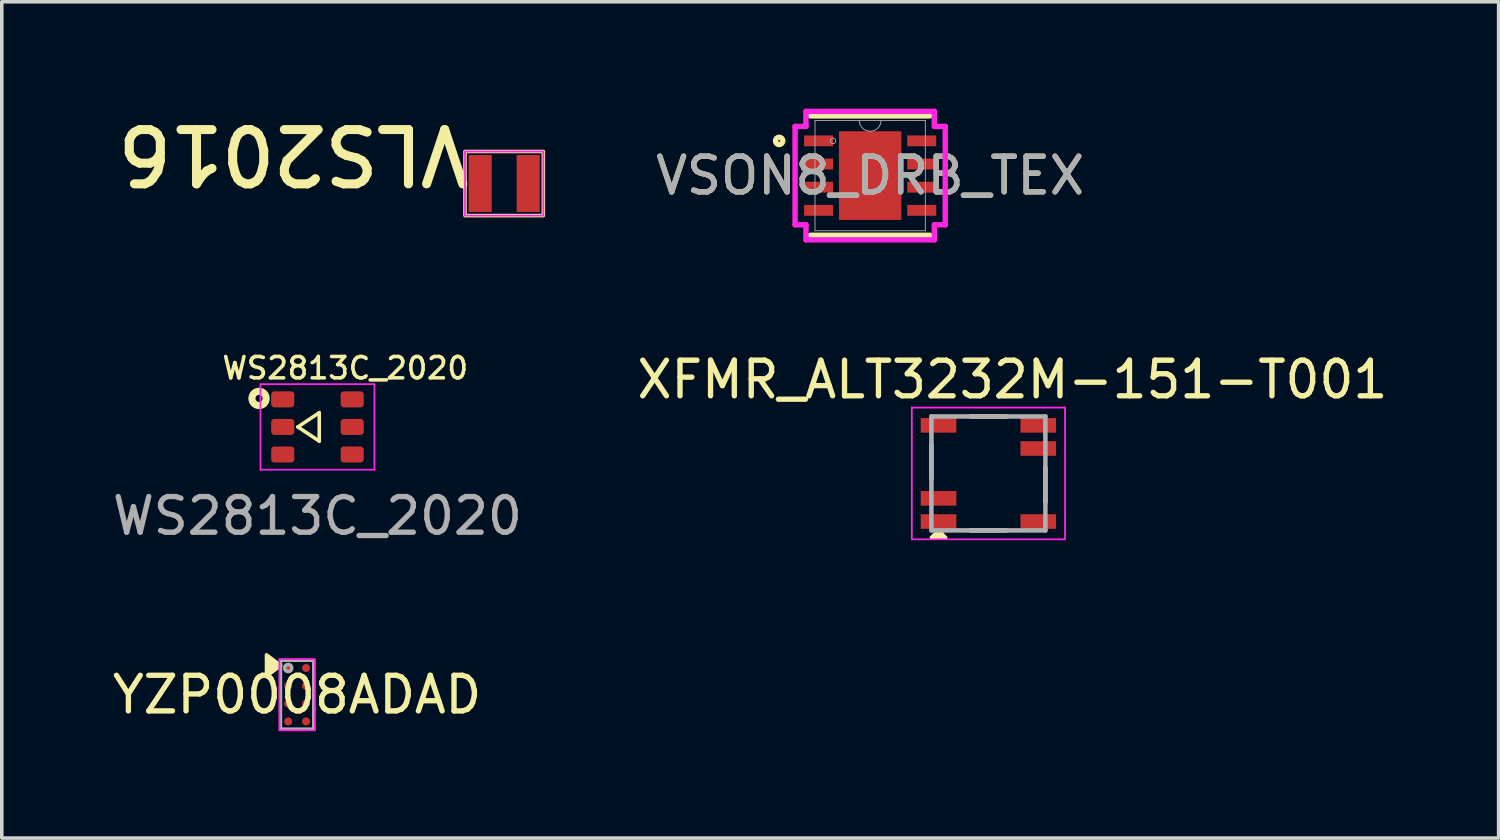
<source format=kicad_pcb>
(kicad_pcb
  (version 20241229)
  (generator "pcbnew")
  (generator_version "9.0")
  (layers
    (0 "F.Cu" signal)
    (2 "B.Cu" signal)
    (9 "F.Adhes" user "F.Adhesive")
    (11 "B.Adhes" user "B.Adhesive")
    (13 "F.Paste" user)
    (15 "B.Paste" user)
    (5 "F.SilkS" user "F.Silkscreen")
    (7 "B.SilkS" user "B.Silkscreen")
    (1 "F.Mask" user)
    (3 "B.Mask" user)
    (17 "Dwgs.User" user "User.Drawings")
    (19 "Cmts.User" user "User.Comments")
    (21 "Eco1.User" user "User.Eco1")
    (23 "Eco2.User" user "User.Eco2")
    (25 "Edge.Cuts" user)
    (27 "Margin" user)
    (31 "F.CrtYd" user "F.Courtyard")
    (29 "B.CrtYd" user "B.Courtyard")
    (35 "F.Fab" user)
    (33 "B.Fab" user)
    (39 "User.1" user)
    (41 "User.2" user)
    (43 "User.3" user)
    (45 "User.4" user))
  (footprint "YZP0008ADAD"
    (layer "F.Cu")
    (at 5.292 16.454)
    (property "Reference" "YZP0008ADAD" (at 0 0 0) (unlocked yes) (layer "F.SilkS") (effects (font (size 1 1) (thickness 0.15))))
    (attr smd)
    (fp_poly (pts (xy -0.46 -0.82) (xy -0.86 -1.12) (xy -0.86 -0.52)) (stroke (width 0.1) (type solid)) (fill yes) (layer "F.SilkS"))
    (fp_circle (center -0.325 -0.825) (end -0.3 -0.825) (stroke (width 0.05) (type solid)) (fill no) (layer "F.Paste"))
    (fp_circle (center -0.325 -0.675) (end -0.3 -0.675) (stroke (width 0.05) (type solid)) (fill no) (layer "F.Paste"))
    (fp_circle (center -0.325 -0.325) (end -0.3 -0.325) (stroke (width 0.05) (type solid)) (fill no) (layer "F.Paste"))
    (fp_circle (center -0.325 -0.175) (end -0.3 -0.175) (stroke (width 0.05) (type solid)) (fill no) (layer "F.Paste"))
    (fp_circle (center -0.325 0.175) (end -0.3 0.175) (stroke (width 0.05) (type solid)) (fill no) (layer "F.Paste"))
    (fp_circle (center -0.325 0.325) (end -0.3 0.325) (stroke (width 0.05) (type solid)) (fill no) (layer "F.Paste"))
    (fp_circle (center -0.325 0.675) (end -0.3 0.675) (stroke (width 0.05) (type solid)) (fill no) (layer "F.Paste"))
    (fp_circle (center -0.325 0.825) (end -0.3 0.825) (stroke (width 0.05) (type solid)) (fill no) (layer "F.Paste"))
    (fp_circle (center -0.175 -0.825) (end -0.15 -0.825) (stroke (width 0.05) (type solid)) (fill no) (layer "F.Paste"))
    (fp_circle (center -0.175 -0.675) (end -0.15 -0.675) (stroke (width 0.05) (type solid)) (fill no) (layer "F.Paste"))
    (fp_circle (center -0.175 -0.325) (end -0.15 -0.325) (stroke (width 0.05) (type solid)) (fill no) (layer "F.Paste"))
    (fp_circle (center -0.175 -0.175) (end -0.15 -0.175) (stroke (width 0.05) (type solid)) (fill no) (layer "F.Paste"))
    (fp_circle (center -0.175 0.175) (end -0.15 0.175) (stroke (width 0.05) (type solid)) (fill no) (layer "F.Paste"))
    (fp_circle (center -0.175 0.325) (end -0.15 0.325) (stroke (width 0.05) (type solid)) (fill no) (layer "F.Paste"))
    (fp_circle (center -0.175 0.675) (end -0.15 0.675) (stroke (width 0.05) (type solid)) (fill no) (layer "F.Paste"))
    (fp_circle (center -0.175 0.825) (end -0.15 0.825) (stroke (width 0.05) (type solid)) (fill no) (layer "F.Paste"))
    (fp_circle (center 0.175 -0.825) (end 0.2 -0.825) (stroke (width 0.05) (type solid)) (fill no) (layer "F.Paste"))
    (fp_circle (center 0.175 -0.675) (end 0.2 -0.675) (stroke (width 0.05) (type solid)) (fill no) (layer "F.Paste"))
    (fp_circle (center 0.175 -0.325) (end 0.2 -0.325) (stroke (width 0.05) (type solid)) (fill no) (layer "F.Paste"))
    (fp_circle (center 0.175 -0.175) (end 0.2 -0.175) (stroke (width 0.05) (type solid)) (fill no) (layer "F.Paste"))
    (fp_circle (center 0.175 0.175) (end 0.2 0.175) (stroke (width 0.05) (type solid)) (fill no) (layer "F.Paste"))
    (fp_circle (center 0.175 0.325) (end 0.2 0.325) (stroke (width 0.05) (type solid)) (fill no) (layer "F.Paste"))
    (fp_circle (center 0.175 0.675) (end 0.2 0.675) (stroke (width 0.05) (type solid)) (fill no) (layer "F.Paste"))
    (fp_circle (center 0.175 0.825) (end 0.2 0.825) (stroke (width 0.05) (type solid)) (fill no) (layer "F.Paste"))
    (fp_circle (center 0.325 -0.825) (end 0.35 -0.825) (stroke (width 0.05) (type solid)) (fill no) (layer "F.Paste"))
    (fp_circle (center 0.325 -0.675) (end 0.35 -0.675) (stroke (width 0.05) (type solid)) (fill no) (layer "F.Paste"))
    (fp_circle (center 0.325 -0.325) (end 0.35 -0.325) (stroke (width 0.05) (type solid)) (fill no) (layer "F.Paste"))
    (fp_circle (center 0.325 -0.175) (end 0.35 -0.175) (stroke (width 0.05) (type solid)) (fill no) (layer "F.Paste"))
    (fp_circle (center 0.325 0.175) (end 0.35 0.175) (stroke (width 0.05) (type solid)) (fill no) (layer "F.Paste"))
    (fp_circle (center 0.325 0.325) (end 0.35 0.325) (stroke (width 0.05) (type solid)) (fill no) (layer "F.Paste"))
    (fp_circle (center 0.325 0.675) (end 0.35 0.675) (stroke (width 0.05) (type solid)) (fill no) (layer "F.Paste"))
    (fp_circle (center 0.325 0.825) (end 0.35 0.825) (stroke (width 0.05) (type solid)) (fill no) (layer "F.Paste"))
    (fp_poly (pts (xy -0.375 -0.675) (xy -0.125 -0.675) (xy -0.125 -0.825) (xy -0.375 -0.825)) (stroke (width 0) (type solid)) (fill yes) (layer "F.Paste"))
    (fp_poly (pts (xy -0.375 -0.175) (xy -0.125 -0.175) (xy -0.125 -0.325) (xy -0.375 -0.325)) (stroke (width 0) (type solid)) (fill yes) (layer "F.Paste"))
    (fp_poly (pts (xy -0.375 0.325) (xy -0.125 0.325) (xy -0.125 0.175) (xy -0.375 0.175)) (stroke (width 0) (type solid)) (fill yes) (layer "F.Paste"))
    (fp_poly (pts (xy -0.375 0.825) (xy -0.125 0.825) (xy -0.125 0.675) (xy -0.375 0.675)) (stroke (width 0) (type solid)) (fill yes) (layer "F.Paste"))
    (fp_poly (pts (xy -0.325 0.125) (xy -0.325 0.375) (xy -0.175 0.375) (xy -0.175 0.125)) (stroke (width 0) (type solid)) (fill yes) (layer "F.Paste"))
    (fp_poly (pts (xy -0.325 0.625) (xy -0.325 0.875) (xy -0.175 0.875) (xy -0.175 0.625)) (stroke (width 0) (type solid)) (fill yes) (layer "F.Paste"))
    (fp_poly (pts (xy -0.175 -0.625) (xy -0.175 -0.875) (xy -0.325 -0.875) (xy -0.325 -0.625)) (stroke (width 0) (type solid)) (fill yes) (layer "F.Paste"))
    (fp_poly (pts (xy -0.175 -0.125) (xy -0.175 -0.375) (xy -0.325 -0.375) (xy -0.325 -0.125)) (stroke (width 0) (type solid)) (fill yes) (layer "F.Paste"))
    (fp_poly (pts (xy 0.125 -0.675) (xy 0.375 -0.675) (xy 0.375 -0.825) (xy 0.125 -0.825)) (stroke (width 0) (type solid)) (fill yes) (layer "F.Paste"))
    (fp_poly (pts (xy 0.125 -0.175) (xy 0.375 -0.175) (xy 0.375 -0.325) (xy 0.125 -0.325)) (stroke (width 0) (type solid)) (fill yes) (layer "F.Paste"))
    (fp_poly (pts (xy 0.125 0.325) (xy 0.375 0.325) (xy 0.375 0.175) (xy 0.125 0.175)) (stroke (width 0) (type solid)) (fill yes) (layer "F.Paste"))
    (fp_poly (pts (xy 0.125 0.825) (xy 0.375 0.825) (xy 0.375 0.675) (xy 0.125 0.675)) (stroke (width 0) (type solid)) (fill yes) (layer "F.Paste"))
    (fp_poly (pts (xy 0.175 0.125) (xy 0.175 0.375) (xy 0.325 0.375) (xy 0.325 0.125)) (stroke (width 0) (type solid)) (fill yes) (layer "F.Paste"))
    (fp_poly (pts (xy 0.175 0.625) (xy 0.175 0.875) (xy 0.325 0.875) (xy 0.325 0.625)) (stroke (width 0) (type solid)) (fill yes) (layer "F.Paste"))
    (fp_poly (pts (xy 0.325 -0.625) (xy 0.325 -0.875) (xy 0.175 -0.875) (xy 0.175 -0.625)) (stroke (width 0) (type solid)) (fill yes) (layer "F.Paste"))
    (fp_poly (pts (xy 0.325 -0.125) (xy 0.325 -0.375) (xy 0.175 -0.375) (xy 0.175 -0.125)) (stroke (width 0) (type solid)) (fill yes) (layer "F.Paste"))
    (fp_rect (start -0.5 -1) (end 0.5 1) (stroke (width 0.05) (type default)) (fill no) (layer "F.CrtYd"))
    (fp_line (start -0.459 -0.959) (end 0.459 -0.959) (stroke (width 0.08) (type solid)) (layer "F.Fab"))
    (fp_line (start -0.459 0.959) (end -0.459 -0.959) (stroke (width 0.08) (type solid)) (layer "F.Fab"))
    (fp_line (start -0.459 0.959) (end 0.459 0.959) (stroke (width 0.08) (type solid)) (layer "F.Fab"))
    (fp_line (start 0.459 0.959) (end 0.459 -0.959) (stroke (width 0.08) (type solid)) (layer "F.Fab"))
    (fp_circle (center -0.25 -0.75) (end -0.15 -0.75) (stroke (width 0.1) (type solid)) (fill no) (layer "F.Fab"))
    (pad "A1" smd circle (at -0.25 -0.75) (size 0.225 0.225) (layers "F.Cu" "F.Mask"))
    (pad "A2" smd circle (at 0.25 -0.75) (size 0.225 0.225) (layers "F.Cu" "F.Mask"))
    (pad "B1" smd circle (at -0.25 -0.25) (size 0.225 0.225) (layers "F.Cu" "F.Mask"))
    (pad "B2" smd circle (at 0.25 -0.25) (size 0.225 0.225) (layers "F.Cu" "F.Mask"))
    (pad "C1" smd circle (at -0.25 0.25) (size 0.225 0.225) (layers "F.Cu" "F.Mask"))
    (pad "C2" smd circle (at 0.25 0.25) (size 0.225 0.225) (layers "F.Cu" "F.Mask"))
    (pad "D1" smd circle (at -0.25 0.75) (size 0.225 0.225) (layers "F.Cu" "F.Mask"))
    (pad "D2" smd circle (at 0.25 0.75) (size 0.225 0.225) (layers "F.Cu" "F.Mask")))
  (footprint "XFMR_ALT3232M-151-T001"
    (layer "F.Cu")
    (at 24.7 10.242)
    (property "Reference" "XFMR_ALT3232M-151-T001" (at 0.675 -2.635 0) (layer "F.SilkS") (effects (font (size 1 1) (thickness 0.15))))
    (attr smd)
    (fp_line (start -1.6 -0.8) (end -1.6 0.15) (stroke (width 0.127) (type solid)) (layer "F.SilkS"))
    (fp_line (start 0.5 -1.6) (end -0.5 -1.6) (stroke (width 0.127) (type solid)) (layer "F.SilkS"))
    (fp_line (start 0.5 1.6) (end -0.5 1.6) (stroke (width 0.127) (type solid)) (layer "F.SilkS"))
    (fp_line (start 1.6 0.8) (end 1.6 -0.15) (stroke (width 0.127) (type solid)) (layer "F.SilkS"))
    (fp_poly (pts (xy -1.4 1.6) (xy -1.6 1.8) (xy -1.2 1.8)) (stroke (width 0.1) (type solid)) (fill yes) (layer "F.SilkS"))
    (fp_line (start -2.15 -1.85) (end -2.15 1.85) (stroke (width 0.05) (type solid)) (layer "F.CrtYd"))
    (fp_line (start -2.15 1.85) (end 2.15 1.85) (stroke (width 0.05) (type solid)) (layer "F.CrtYd"))
    (fp_line (start 2.15 -1.85) (end -2.15 -1.85) (stroke (width 0.05) (type solid)) (layer "F.CrtYd"))
    (fp_line (start 2.15 1.85) (end 2.15 -1.85) (stroke (width 0.05) (type solid)) (layer "F.CrtYd"))
    (fp_line (start -1.6 -1.6) (end 1.6 -1.6) (stroke (width 0.127) (type solid)) (layer "F.Fab"))
    (fp_line (start -1.6 1.6) (end -1.6 -1.6) (stroke (width 0.127) (type solid)) (layer "F.Fab"))
    (fp_line (start 1.6 -1.6) (end 1.6 1.6) (stroke (width 0.127) (type solid)) (layer "F.Fab"))
    (fp_line (start 1.6 1.6) (end -1.6 1.6) (stroke (width 0.127) (type solid)) (layer "F.Fab"))
    (pad "1" smd rect (at -1.4 1.35) (size 1 0.41) (layers "F.Cu" "F.Mask" "F.Paste"))
    (pad "2" smd rect (at -1.4 0.7) (size 1 0.41) (layers "F.Cu" "F.Mask" "F.Paste"))
    (pad "3" smd rect (at -1.4 -1.35) (size 1 0.41) (layers "F.Cu" "F.Mask" "F.Paste"))
    (pad "4" smd rect (at 1.4 -1.35) (size 1 0.41) (layers "F.Cu" "F.Mask" "F.Paste"))
    (pad "5" smd rect (at 1.4 -0.7) (size 1 0.41) (layers "F.Cu" "F.Mask" "F.Paste"))
    (pad "6" smd rect (at 1.4 1.35) (size 1 0.41) (layers "F.Cu" "F.Mask" "F.Paste")))
  (footprint "WS2813C_2020"
    (layer "F.Cu")
    (at 5.863 8.936)
    (property "Reference" "WS2813C_2020" (at 0.78 -1.65 0) (unlocked yes) (layer "F.SilkS") (effects (font (size 0.6 0.6) (thickness 0.1))))
    (attr smd)
    (fp_line (start -0.55 -0.000001) (end 0.05 -0.4) (stroke (width 0.1) (type default)) (layer "F.SilkS"))
    (fp_line (start 0.05 -0.4) (end 0.05 0.4) (stroke (width 0.1) (type default)) (layer "F.SilkS"))
    (fp_line (start 0.05 0.4) (end -0.55 -0.000001) (stroke (width 0.1) (type default)) (layer "F.SilkS"))
    (fp_circle (center -1.64 -0.8) (end -1.44 -0.8) (stroke (width 0.2) (type default)) (fill no) (layer "F.SilkS"))
    (fp_line (start -1.6 -1.2) (end 1.6 -1.2) (stroke (width 0.05) (type default)) (layer "F.CrtYd"))
    (fp_line (start -1.6 1.2) (end -1.6 -1.2) (stroke (width 0.05) (type default)) (layer "F.CrtYd"))
    (fp_line (start 1.6 -1.2) (end 1.6 1.2) (stroke (width 0.05) (type default)) (layer "F.CrtYd"))
    (fp_line (start 1.6 1.2) (end -1.6 1.2) (stroke (width 0.05) (type default)) (layer "F.CrtYd"))
    (fp_text user "${REFERENCE}" (at 0.000001 2.5 0) (unlocked yes) (layer "F.Fab") (effects (font (size 1 1) (thickness 0.15))))
    (pad "1" smd roundrect (at -0.975 -0.774 360) (size 0.65 0.45) (layers "F.Cu" "F.Mask" "F.Paste") (roundrect_rratio 0.2))
    (pad "2" smd roundrect (at -0.975 0 360) (size 0.65 0.45) (layers "F.Cu" "F.Mask" "F.Paste") (roundrect_rratio 0.2))
    (pad "3" smd roundrect (at -0.975 0.774 360) (size 0.65 0.45) (layers "F.Cu" "F.Mask" "F.Paste") (roundrect_rratio 0.2))
    (pad "4" smd roundrect (at 0.975 0.774 360) (size 0.65 0.45) (layers "F.Cu" "F.Mask" "F.Paste") (roundrect_rratio 0.2))
    (pad "5" smd roundrect (at 0.975 0 360) (size 0.65 0.45) (layers "F.Cu" "F.Mask" "F.Paste") (roundrect_rratio 0.2))
    (pad "6" smd roundrect (at 0.975 -0.774 360) (size 0.65 0.45) (layers "F.Cu" "F.Mask" "F.Paste") (roundrect_rratio 0.2)))
  (footprint "VLS2016"
    (layer "F.Cu")
    (at 11.105 2.103)
    (property "Reference" "VLS2016" (at -0.851 -1.715 180) (unlocked yes) (layer "F.SilkS") (effects (font (size 1.524 1.524) (thickness 0.254)) (justify left bottom)))
    (fp_rect (start -1.1 -0.9) (end 1.1 0.9) (stroke (width 0.1) (type default)) (fill no) (layer "F.SilkS"))
    (fp_rect (start -1.1 -0.9) (end 1.1 0.9) (stroke (width 0.05) (type default)) (fill no) (layer "F.CrtYd"))
    (pad "1" smd rect (at 0.675 0 270) (size 1.6 0.65) (layers "F.Cu" "F.Mask" "F.Paste"))
    (pad "2" smd rect (at -0.675 0 270) (size 1.6 0.65) (layers "F.Cu" "F.Mask" "F.Paste")))
  (footprint "VSON8_DRB_TEX"
    (layer "F.Cu")
    (at 21.38 1.88)
    (property "Reference" "VSON8_DRB_TEX" (at 0 0 0) (unlocked yes) (layer "F.SilkS") (effects (font (size 1 1) (thickness 0.15))))
    (attr smd)
    (fp_line (start -1.676 1.676) (end 1.676 1.676) (stroke (width 0.152) (type solid)) (layer "F.SilkS"))
    (fp_line (start 1.676 -1.676) (end -1.676 -1.676) (stroke (width 0.152) (type solid)) (layer "F.SilkS"))
    (fp_circle (center -2.555 -0.975) (end -2.453 -0.975) (stroke (width 0.152) (type solid)) (fill no) (layer "F.SilkS"))
    (fp_line (start -2.108 -1.381) (end -1.803 -1.381) (stroke (width 0.152) (type solid)) (layer "F.CrtYd"))
    (fp_line (start -2.108 1.381) (end -2.108 -1.381) (stroke (width 0.152) (type solid)) (layer "F.CrtYd"))
    (fp_line (start -2.108 1.381) (end -1.803 1.381) (stroke (width 0.152) (type solid)) (layer "F.CrtYd"))
    (fp_line (start -1.803 -1.803) (end 1.803 -1.803) (stroke (width 0.152) (type solid)) (layer "F.CrtYd"))
    (fp_line (start -1.803 -1.381) (end -1.803 -1.803) (stroke (width 0.152) (type solid)) (layer "F.CrtYd"))
    (fp_line (start -1.803 1.803) (end -1.803 1.381) (stroke (width 0.152) (type solid)) (layer "F.CrtYd"))
    (fp_line (start 1.803 -1.803) (end 1.803 -1.381) (stroke (width 0.152) (type solid)) (layer "F.CrtYd"))
    (fp_line (start 1.803 1.381) (end 1.803 1.803) (stroke (width 0.152) (type solid)) (layer "F.CrtYd"))
    (fp_line (start 1.803 1.803) (end -1.803 1.803) (stroke (width 0.152) (type solid)) (layer "F.CrtYd"))
    (fp_line (start 2.108 -1.381) (end 1.803 -1.381) (stroke (width 0.152) (type solid)) (layer "F.CrtYd"))
    (fp_line (start 2.108 -1.381) (end 2.108 1.381) (stroke (width 0.152) (type solid)) (layer "F.CrtYd"))
    (fp_line (start 2.108 1.381) (end 1.803 1.381) (stroke (width 0.152) (type solid)) (layer "F.CrtYd"))
    (fp_line (start -1.549 -1.549) (end -1.549 1.549) (stroke (width 0.025) (type solid)) (layer "F.Fab"))
    (fp_line (start -1.549 1.549) (end 1.549 1.549) (stroke (width 0.025) (type solid)) (layer "F.Fab"))
    (fp_line (start 1.549 -1.549) (end -1.549 -1.549) (stroke (width 0.025) (type solid)) (layer "F.Fab"))
    (fp_line (start 1.549 1.549) (end 1.549 -1.549) (stroke (width 0.025) (type solid)) (layer "F.Fab"))
    (fp_arc (start 0.3048 -1.5494) (mid 0 -1.2446) (end -0.3048 -1.5494) (stroke (width 0.0254) (type solid)) (layer "F.Fab"))
    (fp_circle (center -1.041 -0.975) (end -0.965 -0.975) (stroke (width 0.025) (type solid)) (fill no) (layer "F.Fab"))
    (fp_text user "${REFERENCE}" (at 0 0 0) (unlocked yes) (layer "F.Fab") (effects (font (size 1 1) (thickness 0.15))))
    (pad "1" smd rect (at -1.448 -0.975) (size 0.813 0.305) (layers "F.Cu" "F.Mask" "F.Paste"))
    (pad "2" smd rect (at -1.448 -0.325) (size 0.813 0.305) (layers "F.Cu" "F.Mask" "F.Paste"))
    (pad "3" smd rect (at -1.448 0.325) (size 0.813 0.305) (layers "F.Cu" "F.Mask" "F.Paste"))
    (pad "4" smd rect (at -1.448 0.975) (size 0.813 0.305) (layers "F.Cu" "F.Mask" "F.Paste"))
    (pad "5" smd rect (at 1.448 0.975) (size 0.813 0.305) (layers "F.Cu" "F.Mask" "F.Paste"))
    (pad "6" smd rect (at 1.448 0.325) (size 0.813 0.305) (layers "F.Cu" "F.Mask" "F.Paste"))
    (pad "7" smd rect (at 1.448 -0.325) (size 0.813 0.305) (layers "F.Cu" "F.Mask" "F.Paste"))
    (pad "8" smd rect (at 1.448 -0.975) (size 0.813 0.305) (layers "F.Cu" "F.Mask" "F.Paste"))
    (pad "9" smd rect (at 0 0) (size 1.753 2.489) (layers "F.Cu" "F.Mask" "F.Paste")))
  (gr_rect
    (start -3 -3)
    (end 39.024 20.479)
    (stroke (width 0.1) (type default))
    (fill no)
    (layer "Edge.Cuts")))
</source>
